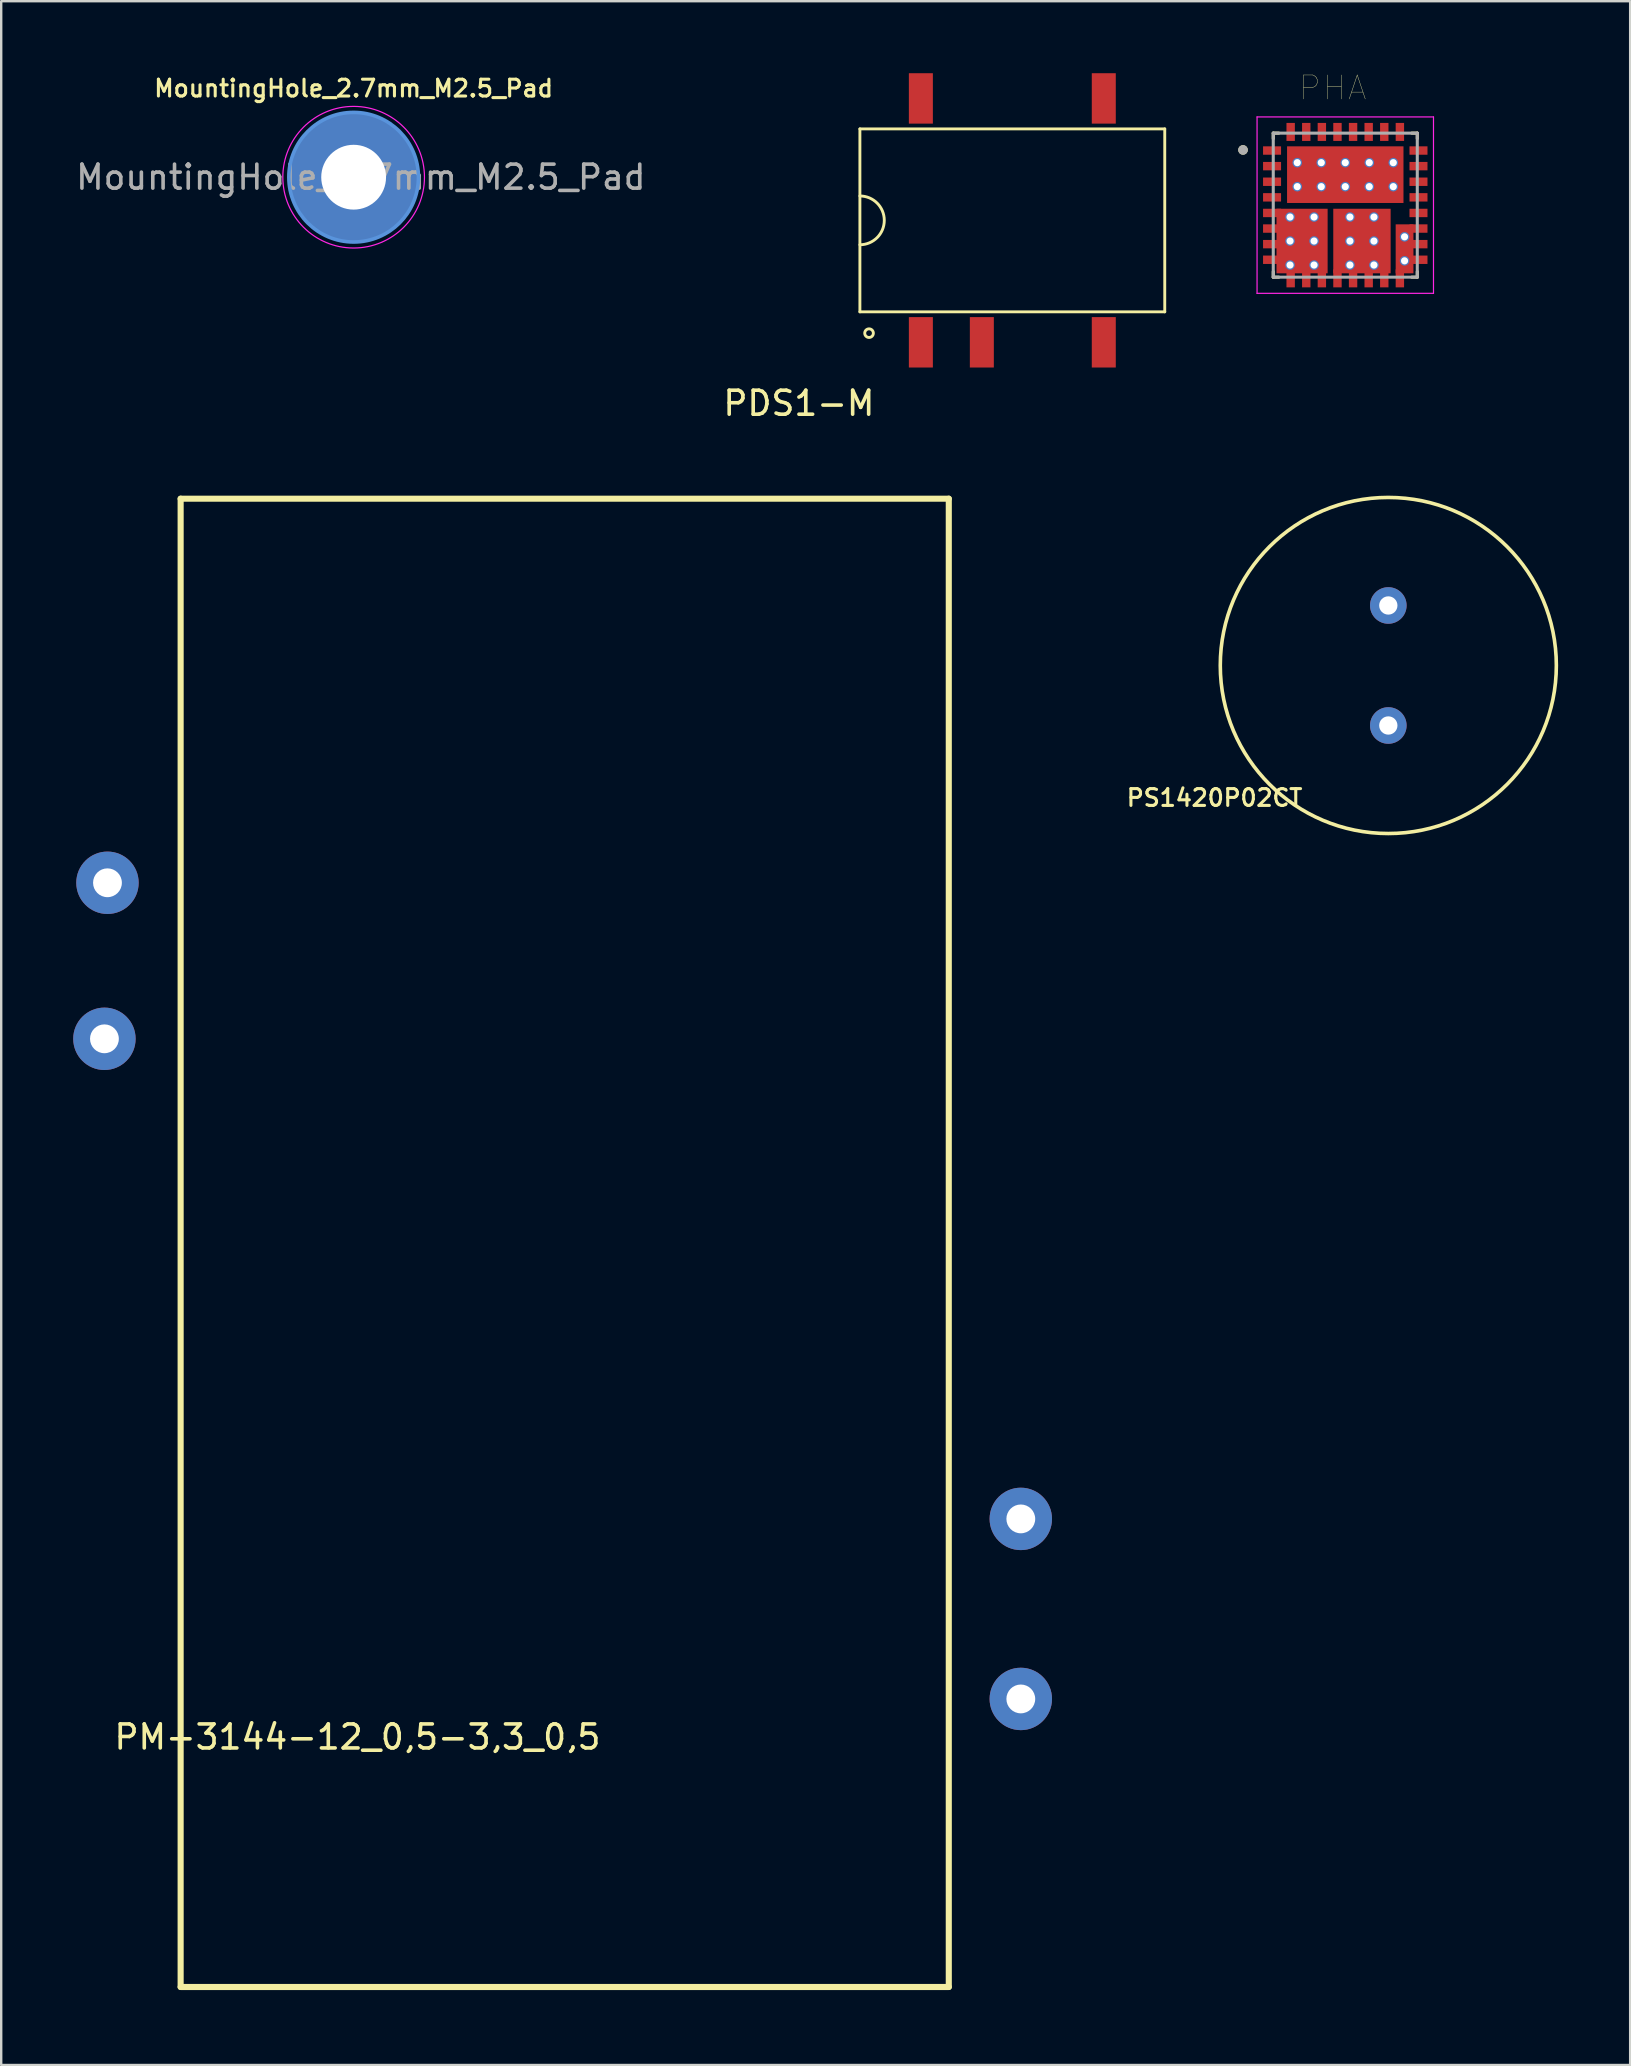
<source format=kicad_pcb>
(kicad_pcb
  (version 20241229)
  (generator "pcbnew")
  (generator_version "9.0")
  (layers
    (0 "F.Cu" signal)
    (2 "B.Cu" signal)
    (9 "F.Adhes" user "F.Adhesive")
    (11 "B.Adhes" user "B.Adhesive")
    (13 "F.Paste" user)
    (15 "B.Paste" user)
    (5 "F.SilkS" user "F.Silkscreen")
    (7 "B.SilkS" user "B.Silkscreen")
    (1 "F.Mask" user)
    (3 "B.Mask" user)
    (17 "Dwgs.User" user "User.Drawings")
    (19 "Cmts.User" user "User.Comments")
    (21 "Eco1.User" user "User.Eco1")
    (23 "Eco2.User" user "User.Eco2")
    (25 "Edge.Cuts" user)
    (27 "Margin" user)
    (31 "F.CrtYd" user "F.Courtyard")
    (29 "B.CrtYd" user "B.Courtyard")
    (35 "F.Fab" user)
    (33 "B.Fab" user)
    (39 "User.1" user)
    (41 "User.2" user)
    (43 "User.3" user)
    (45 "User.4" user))
  (footprint "PS1420P02CT"
    (layer "F.Cu")
    (at 54.785 24.673)
    (property "Reference" "PS1420P02CT" (at -7.239 5.512 0) (layer "F.SilkS") (effects (font (size 0.7 0.7) (thickness 0.127))))
    (attr through_hole)
    (fp_circle (center 0 0) (end 7 0) (stroke (width 0.15) (type solid)) (fill no) (layer "F.SilkS"))
    (pad "1" thru_hole circle (at 0 2.5) (size 1.524 1.524) (drill 0.762) (layers "*.Cu" "*.Mask"))
    (pad "2" thru_hole circle (at 0 -2.5) (size 1.524 1.524) (drill 0.762) (layers "*.Cu" "*.Mask")))
  (footprint "PM-3144-12_0,5-3,3_0,5"
    (layer "F.Cu")
    (at 4.475 79.725)
    (property "Reference" "PM-3144-12_0,5-3,3_0,5" (at 7.366 -10.414 0) (layer "F.SilkS") (effects (font (size 1 1) (thickness 0.15))))
    (attr through_hole)
    (fp_line (start 0 -62) (end 0 0) (stroke (width 0.254) (type solid)) (layer "F.SilkS"))
    (fp_line (start 0 0) (end 32 0) (stroke (width 0.254) (type solid)) (layer "F.SilkS"))
    (fp_line (start 32 -62) (end 0 -62) (stroke (width 0.254) (type solid)) (layer "F.SilkS"))
    (fp_line (start 32 0) (end 32 -62) (stroke (width 0.254) (type solid)) (layer "F.SilkS"))
    (pad "1" thru_hole circle (at 35 -19.5) (size 2.6 2.6) (drill 1.2) (layers "*.Cu" "*.Mask"))
    (pad "2" thru_hole circle (at 35 -12) (size 2.6 2.6) (drill 1.2) (layers "*.Cu" "*.Mask"))
    (pad "3" thru_hole circle (at -3.048 -46) (size 2.6 2.6) (drill 1.2) (layers "*.Cu" "*.Mask"))
    (pad "4" thru_hole circle (at -3.175 -39.5) (size 2.6 2.6) (drill 1.2) (layers "*.Cu" "*.Mask")))
  (footprint "MountingHole_2.7mm_M2.5_Pad"
    (layer "F.Cu")
    (at 11.682 4.332)
    (property "Reference" "MountingHole_2.7mm_M2.5_Pad" (at 0 -3.7 0) (layer "F.SilkS") (effects (font (size 0.7 0.7) (thickness 0.127))))
    (attr exclude_from_pos_files exclude_from_bom)
    (fp_circle (center 0 0) (end 2.7 0) (stroke (width 0.15) (type solid)) (fill no) (layer "Cmts.User"))
    (fp_circle (center 0 0) (end 2.95 0) (stroke (width 0.05) (type solid)) (fill no) (layer "F.CrtYd"))
    (fp_text user "${REFERENCE}" (at 0.3 0 0) (layer "F.Fab") (effects (font (size 1 1) (thickness 0.15))))
    (pad "1" thru_hole circle (at 0 0) (size 5.4 5.4) (drill 2.7) (layers "*.Cu" "*.Mask")))
  (footprint "PDS1-M"
    (layer "F.Cu")
    (at 35.312 6.13)
    (property "Reference" "PDS1-M" (at -5.08 7.62 0) (layer "F.SilkS") (effects (font (size 1 1) (thickness 0.15))))
    (attr through_hole)
    (fp_line (start -2.54 -3.81) (end 10.16 -3.81) (stroke (width 0.12) (type solid)) (layer "F.SilkS"))
    (fp_line (start -2.54 3.81) (end -2.54 -3.81) (stroke (width 0.12) (type solid)) (layer "F.SilkS"))
    (fp_line (start 10.16 -3.81) (end 10.16 3.81) (stroke (width 0.12) (type solid)) (layer "F.SilkS"))
    (fp_line (start 10.16 3.81) (end -2.54 3.81) (stroke (width 0.12) (type solid)) (layer "F.SilkS"))
    (fp_arc (start -2.54 -1.016) (mid -1.524 0) (end -2.54 1.016) (stroke (width 0.12) (type solid)) (layer "F.SilkS"))
    (fp_circle (center -2.159 4.699) (end -2.032 4.826) (stroke (width 0.12) (type solid)) (fill no) (layer "F.SilkS"))
    (pad "1" smd rect (at 0 5.08) (size 1 2.1) (layers "F.Cu" "F.Mask" "F.Paste"))
    (pad "2" smd rect (at 2.54 5.08) (size 1 2.1) (layers "F.Cu" "F.Mask" "F.Paste"))
    (pad "4" smd rect (at 7.62 5.08) (size 1 2.1) (layers "F.Cu" "F.Mask" "F.Paste"))
    (pad "5" smd rect (at 7.62 -5.08) (size 1 2.1) (layers "F.Cu" "F.Mask" "F.Paste"))
    (pad "8" smd rect (at 0 -5.08) (size 1 2.1) (layers "F.Cu" "F.Mask" "F.Paste")))
  (footprint "PHA"
    (layer "F.Cu")
    (at 52.992 5.496)
    (property "Reference" "PHA" (at -0.525 -4.885 0) (layer "F.SilkS") (effects (font (size 1 1) (thickness 0.015))))
    (attr through_hole)
    (fp_line (start -3 -3) (end -3 -2.77) (stroke (width 0.127) (type solid)) (layer "F.SilkS"))
    (fp_line (start -3 -3) (end -2.77 -3) (stroke (width 0.127) (type solid)) (layer "F.SilkS"))
    (fp_line (start -3 3) (end -3 2.77) (stroke (width 0.127) (type solid)) (layer "F.SilkS"))
    (fp_line (start -3 3) (end -2.77 3) (stroke (width 0.127) (type solid)) (layer "F.SilkS"))
    (fp_line (start 3 -3) (end 2.77 -3) (stroke (width 0.127) (type solid)) (layer "F.SilkS"))
    (fp_line (start 3 -3) (end 3 -2.77) (stroke (width 0.127) (type solid)) (layer "F.SilkS"))
    (fp_line (start 3 3) (end 2.77 3) (stroke (width 0.127) (type solid)) (layer "F.SilkS"))
    (fp_line (start 3 3) (end 3 2.77) (stroke (width 0.127) (type solid)) (layer "F.SilkS"))
    (fp_circle (center -4.26 -2.3) (end -4.16 -2.3) (stroke (width 0.2) (type solid)) (fill no) (layer "F.SilkS"))
    (fp_poly (pts (xy -2.553 0.544) (xy -1.047 0.544) (xy -1.047 2.446) (xy -2.553 2.446)) (stroke (width 0.01) (type solid)) (fill yes) (layer "F.Paste"))
    (fp_poly (pts (xy -1.715 -2.105) (xy 1.715 -2.105) (xy 1.715 -0.435) (xy -1.715 -0.435)) (stroke (width 0.01) (type solid)) (fill yes) (layer "F.Paste"))
    (fp_poly (pts (xy -0.15 0.544) (xy 1.54 0.544) (xy 1.54 2.446) (xy -0.15 2.446)) (stroke (width 0.01) (type solid)) (fill yes) (layer "F.Paste"))
    (fp_poly (pts (xy 2.209 1.099) (xy 2.731 1.099) (xy 2.731 2.541) (xy 2.209 2.541)) (stroke (width 0.01) (type solid)) (fill yes) (layer "F.Paste"))
    (fp_line (start -3.675 -3.675) (end -3.675 3.675) (stroke (width 0.05) (type solid)) (layer "F.CrtYd"))
    (fp_line (start -3.675 3.675) (end 3.675 3.675) (stroke (width 0.05) (type solid)) (layer "F.CrtYd"))
    (fp_line (start 3.675 -3.675) (end -3.675 -3.675) (stroke (width 0.05) (type solid)) (layer "F.CrtYd"))
    (fp_line (start 3.675 3.675) (end 3.675 -3.675) (stroke (width 0.05) (type solid)) (layer "F.CrtYd"))
    (fp_line (start -3 -3) (end -3 3) (stroke (width 0.127) (type solid)) (layer "F.Fab"))
    (fp_line (start -3 3) (end 3 3) (stroke (width 0.127) (type solid)) (layer "F.Fab"))
    (fp_line (start 3 -3) (end -3 -3) (stroke (width 0.127) (type solid)) (layer "F.Fab"))
    (fp_line (start 3 3) (end 3 -3) (stroke (width 0.127) (type solid)) (layer "F.Fab"))
    (fp_circle (center -4.26 -2.3) (end -4.16 -2.3) (stroke (width 0.2) (type solid)) (fill no) (layer "F.Fab"))
    (pad "1" smd rect (at -3.05 -2.275) (size 0.75 0.35) (layers "F.Cu" "F.Mask" "F.Paste"))
    (pad "2" smd rect (at -3.05 -1.625) (size 0.75 0.35) (layers "F.Cu" "F.Mask" "F.Paste"))
    (pad "3" smd rect (at -3.05 -0.975) (size 0.75 0.35) (layers "F.Cu" "F.Mask" "F.Paste"))
    (pad "4" smd rect (at -3.05 -0.325) (size 0.75 0.35) (layers "F.Cu" "F.Mask" "F.Paste"))
    (pad "5" smd rect (at -3.05 0.325) (size 0.75 0.35) (layers "F.Cu" "F.Mask" "F.Paste"))
    (pad "6" smd rect (at -3.05 0.975) (size 0.75 0.35) (layers "F.Cu" "F.Mask" "F.Paste"))
    (pad "7" smd rect (at -3.05 1.625) (size 0.75 0.35) (layers "F.Cu" "F.Mask" "F.Paste"))
    (pad "8" smd rect (at -3.05 2.275) (size 0.75 0.35) (layers "F.Cu" "F.Mask" "F.Paste"))
    (pad "9" smd rect (at -2.275 3.05) (size 0.35 0.75) (layers "F.Cu" "F.Mask" "F.Paste"))
    (pad "10" smd rect (at -1.625 3.05) (size 0.35 0.75) (layers "F.Cu" "F.Mask" "F.Paste"))
    (pad "11" smd rect (at -0.975 3.05) (size 0.35 0.75) (layers "F.Cu" "F.Mask" "F.Paste"))
    (pad "12" smd rect (at -0.325 3.05) (size 0.35 0.75) (layers "F.Cu" "F.Mask" "F.Paste"))
    (pad "13" smd rect (at 0.325 3.05) (size 0.35 0.75) (layers "F.Cu" "F.Mask" "F.Paste"))
    (pad "14" smd rect (at 0.975 3.05) (size 0.35 0.75) (layers "F.Cu" "F.Mask" "F.Paste"))
    (pad "15" smd rect (at 1.625 3.05) (size 0.35 0.75) (layers "F.Cu" "F.Mask" "F.Paste"))
    (pad "16" smd rect (at 2.275 3.05) (size 0.35 0.75) (layers "F.Cu" "F.Mask" "F.Paste"))
    (pad "17" smd rect (at 3.05 2.275) (size 0.75 0.35) (layers "F.Cu" "F.Mask" "F.Paste"))
    (pad "18" smd rect (at 3.05 1.625) (size 0.75 0.35) (layers "F.Cu" "F.Mask" "F.Paste"))
    (pad "19" smd rect (at 3.05 0.975) (size 0.75 0.35) (layers "F.Cu" "F.Mask" "F.Paste"))
    (pad "20" smd rect (at 3.05 0.325) (size 0.75 0.35) (layers "F.Cu" "F.Mask" "F.Paste"))
    (pad "21" smd rect (at 3.05 -0.325) (size 0.75 0.35) (layers "F.Cu" "F.Mask" "F.Paste"))
    (pad "22" smd rect (at 3.05 -0.975) (size 0.75 0.35) (layers "F.Cu" "F.Mask" "F.Paste"))
    (pad "23" smd rect (at 3.05 -1.625) (size 0.75 0.35) (layers "F.Cu" "F.Mask" "F.Paste"))
    (pad "24" smd rect (at 3.05 -2.275) (size 0.75 0.35) (layers "F.Cu" "F.Mask" "F.Paste"))
    (pad "25" smd rect (at 2.275 -3.05) (size 0.35 0.75) (layers "F.Cu" "F.Mask" "F.Paste"))
    (pad "26" smd rect (at 1.625 -3.05) (size 0.35 0.75) (layers "F.Cu" "F.Mask" "F.Paste"))
    (pad "27" smd rect (at 0.975 -3.05) (size 0.35 0.75) (layers "F.Cu" "F.Mask" "F.Paste"))
    (pad "28" smd rect (at 0.325 -3.05) (size 0.35 0.75) (layers "F.Cu" "F.Mask" "F.Paste"))
    (pad "29" smd rect (at -0.325 -3.05) (size 0.35 0.75) (layers "F.Cu" "F.Mask" "F.Paste"))
    (pad "30" smd rect (at -0.975 -3.05) (size 0.35 0.75) (layers "F.Cu" "F.Mask" "F.Paste"))
    (pad "31" smd rect (at -1.625 -3.05) (size 0.35 0.75) (layers "F.Cu" "F.Mask" "F.Paste"))
    (pad "32" smd rect (at -2.275 -3.05) (size 0.35 0.75) (layers "F.Cu" "F.Mask" "F.Paste"))
    (pad "33" smd rect (at 0 -1.27) (size 4.85 2.36) (layers "F.Cu" "F.Mask"))
    (pad "33_1" thru_hole circle (at -2 -0.77) (size 0.4 0.4) (drill 0.3) (layers "*.Cu" "*.Mask"))
    (pad "33_2" thru_hole circle (at -2 -1.77) (size 0.4 0.4) (drill 0.3) (layers "*.Cu" "*.Mask"))
    (pad "33_3" thru_hole circle (at -1 -1.77) (size 0.4 0.4) (drill 0.3) (layers "*.Cu" "*.Mask"))
    (pad "33_4" thru_hole circle (at 0 -1.77) (size 0.4 0.4) (drill 0.3) (layers "*.Cu" "*.Mask"))
    (pad "33_5" thru_hole circle (at 1 -1.77) (size 0.4 0.4) (drill 0.3) (layers "*.Cu" "*.Mask"))
    (pad "33_6" thru_hole circle (at 2 -1.77) (size 0.4 0.4) (drill 0.3) (layers "*.Cu" "*.Mask"))
    (pad "33_7" thru_hole circle (at 2 -0.77) (size 0.4 0.4) (drill 0.3) (layers "*.Cu" "*.Mask"))
    (pad "33_8" thru_hole circle (at 1 -0.77) (size 0.4 0.4) (drill 0.3) (layers "*.Cu" "*.Mask"))
    (pad "33_9" thru_hole circle (at 0 -0.77) (size 0.4 0.4) (drill 0.3) (layers "*.Cu" "*.Mask"))
    (pad "33_10" thru_hole circle (at -1 -0.77) (size 0.4 0.4) (drill 0.3) (layers "*.Cu" "*.Mask"))
    (pad "34" smd rect (at -1.8 1.495) (size 2.13 2.69) (layers "F.Cu" "F.Mask"))
    (pad "34_1" thru_hole circle (at -2.3 0.495) (size 0.4 0.4) (drill 0.3) (layers "*.Cu" "*.Mask"))
    (pad "34_2" thru_hole circle (at -2.3 1.495) (size 0.4 0.4) (drill 0.3) (layers "*.Cu" "*.Mask"))
    (pad "34_3" thru_hole circle (at -2.3 2.495) (size 0.4 0.4) (drill 0.3) (layers "*.Cu" "*.Mask"))
    (pad "34_4" thru_hole circle (at -1.3 0.495) (size 0.4 0.4) (drill 0.3) (layers "*.Cu" "*.Mask"))
    (pad "34_5" thru_hole circle (at -1.3 1.495) (size 0.4 0.4) (drill 0.3) (layers "*.Cu" "*.Mask"))
    (pad "34_6" thru_hole circle (at -1.3 2.495) (size 0.4 0.4) (drill 0.3) (layers "*.Cu" "*.Mask"))
    (pad "35" smd rect (at 0.695 1.495) (size 2.39 2.69) (layers "F.Cu" "F.Mask"))
    (pad "35_1" thru_hole circle (at 0.195 0.495) (size 0.4 0.4) (drill 0.3) (layers "*.Cu" "*.Mask"))
    (pad "35_2" thru_hole circle (at 0.195 1.496) (size 0.4 0.4) (drill 0.3) (layers "*.Cu" "*.Mask"))
    (pad "35_3" thru_hole circle (at 0.195 2.495) (size 0.4 0.4) (drill 0.3) (layers "*.Cu" "*.Mask"))
    (pad "35_4" thru_hole circle (at 1.195 0.495) (size 0.4 0.4) (drill 0.3) (layers "*.Cu" "*.Mask"))
    (pad "35_5" thru_hole circle (at 1.195 1.496) (size 0.4 0.4) (drill 0.3) (layers "*.Cu" "*.Mask"))
    (pad "35_6" thru_hole circle (at 1.195 2.495) (size 0.4 0.4) (drill 0.3) (layers "*.Cu" "*.Mask"))
    (pad "36" smd rect (at 2.47 1.82) (size 0.74 2.04) (layers "F.Cu" "F.Mask"))
    (pad "36_1" thru_hole circle (at 2.47 1.32) (size 0.4 0.4) (drill 0.3) (layers "*.Cu" "*.Mask"))
    (pad "36_2" thru_hole circle (at 2.47 2.32) (size 0.4 0.4) (drill 0.3) (layers "*.Cu" "*.Mask")))
  (gr_rect
    (start -3 -3)
    (end 64.86 82.975)
    (stroke (width 0.1) (type default))
    (fill no)
    (layer "Edge.Cuts")))
</source>
